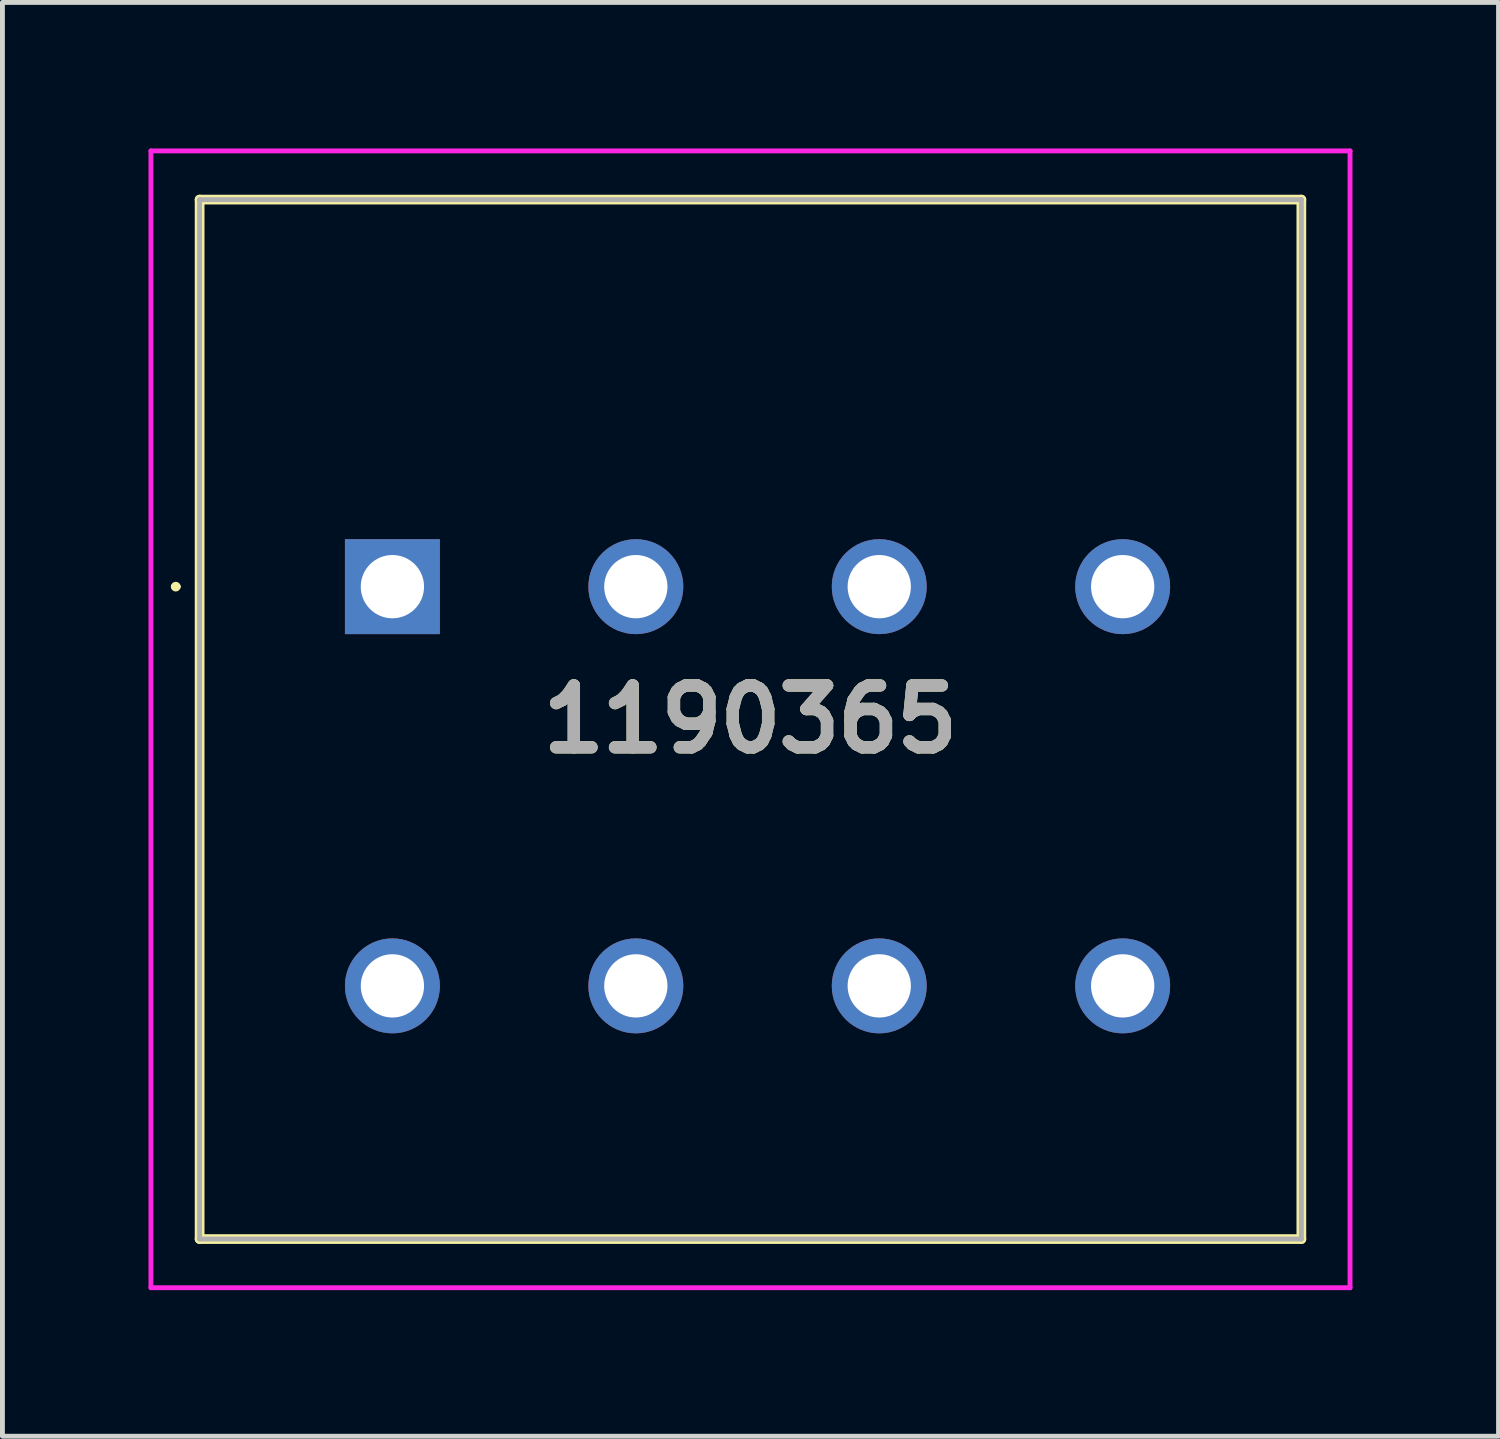
<source format=kicad_pcb>
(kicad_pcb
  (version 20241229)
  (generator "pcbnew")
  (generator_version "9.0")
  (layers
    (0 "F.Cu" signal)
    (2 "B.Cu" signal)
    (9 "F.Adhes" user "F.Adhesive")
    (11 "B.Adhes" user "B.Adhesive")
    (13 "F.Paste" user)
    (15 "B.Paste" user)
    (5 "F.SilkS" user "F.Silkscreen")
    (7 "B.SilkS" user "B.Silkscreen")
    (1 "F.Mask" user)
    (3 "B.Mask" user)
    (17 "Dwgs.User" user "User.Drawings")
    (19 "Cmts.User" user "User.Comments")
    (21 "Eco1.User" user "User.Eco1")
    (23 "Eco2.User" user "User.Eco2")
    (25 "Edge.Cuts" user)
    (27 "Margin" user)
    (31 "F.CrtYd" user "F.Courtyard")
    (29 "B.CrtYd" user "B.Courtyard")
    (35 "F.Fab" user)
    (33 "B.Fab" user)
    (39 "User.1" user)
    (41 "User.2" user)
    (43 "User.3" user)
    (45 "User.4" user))
  (footprint "1190365"
    (layer "F.Cu")
    (at 5.01 9)
    (property "Reference" "1190365" (at 7.355 2.725 0) (layer "F.SilkS") (effects (font (size 1.27 1.27) (thickness 0.254))))
    (attr through_hole)
    (fp_line (start -4.5 0) (end -4.5 0) (stroke (width 0.1) (type solid)) (layer "F.SilkS"))
    (fp_line (start -4.4 0) (end -4.4 0) (stroke (width 0.1) (type solid)) (layer "F.SilkS"))
    (fp_line (start -3.96 -7.95) (end 18.67 -7.95) (stroke (width 0.2) (type solid)) (layer "F.SilkS"))
    (fp_line (start -3.96 13.4) (end -3.96 -7.95) (stroke (width 0.2) (type solid)) (layer "F.SilkS"))
    (fp_line (start 18.67 -7.95) (end 18.67 13.4) (stroke (width 0.2) (type solid)) (layer "F.SilkS"))
    (fp_line (start 18.67 13.4) (end -3.96 13.4) (stroke (width 0.2) (type solid)) (layer "F.SilkS"))
    (fp_arc (start -4.5 0) (mid -4.45 -0.05) (end -4.4 0) (stroke (width 0.1) (type solid)) (layer "F.SilkS"))
    (fp_arc (start -4.4 0) (mid -4.45 0.05) (end -4.5 0) (stroke (width 0.1) (type solid)) (layer "F.SilkS"))
    (fp_line (start -4.96 -8.95) (end 19.67 -8.95) (stroke (width 0.1) (type solid)) (layer "F.CrtYd"))
    (fp_line (start -4.96 14.4) (end -4.96 -8.95) (stroke (width 0.1) (type solid)) (layer "F.CrtYd"))
    (fp_line (start 19.67 -8.95) (end 19.67 14.4) (stroke (width 0.1) (type solid)) (layer "F.CrtYd"))
    (fp_line (start 19.67 14.4) (end -4.96 14.4) (stroke (width 0.1) (type solid)) (layer "F.CrtYd"))
    (fp_line (start -3.96 -7.95) (end 18.67 -7.95) (stroke (width 0.1) (type solid)) (layer "F.Fab"))
    (fp_line (start -3.96 13.4) (end -3.96 -7.95) (stroke (width 0.1) (type solid)) (layer "F.Fab"))
    (fp_line (start 18.67 -7.95) (end 18.67 13.4) (stroke (width 0.1) (type solid)) (layer "F.Fab"))
    (fp_line (start 18.67 13.4) (end -3.96 13.4) (stroke (width 0.1) (type solid)) (layer "F.Fab"))
    (fp_text user "${REFERENCE}" (at 7.355 2.725 0) (layer "F.Fab") (effects (font (size 1.27 1.27) (thickness 0.254))))
    (pad "A1" thru_hole rect (at 0 0) (size 1.95 1.95) (drill 1.3) (layers "*.Cu" "*.Mask"))
    (pad "A2" thru_hole circle (at 5 0) (size 1.95 1.95) (drill 1.3) (layers "*.Cu" "*.Mask"))
    (pad "A3" thru_hole circle (at 10 0) (size 1.95 1.95) (drill 1.3) (layers "*.Cu" "*.Mask"))
    (pad "A4" thru_hole circle (at 15 0) (size 1.95 1.95) (drill 1.3) (layers "*.Cu" "*.Mask"))
    (pad "B1" thru_hole circle (at 0 8.2) (size 1.95 1.95) (drill 1.3) (layers "*.Cu" "*.Mask"))
    (pad "B2" thru_hole circle (at 5 8.2) (size 1.95 1.95) (drill 1.3) (layers "*.Cu" "*.Mask"))
    (pad "B3" thru_hole circle (at 10 8.2) (size 1.95 1.95) (drill 1.3) (layers "*.Cu" "*.Mask"))
    (pad "B4" thru_hole circle (at 15 8.2) (size 1.95 1.95) (drill 1.3) (layers "*.Cu" "*.Mask")))
  (gr_rect
    (start -3 -3)
    (end 27.73 26.45)
    (stroke (width 0.1) (type default))
    (fill no)
    (layer "Edge.Cuts")))
</source>
